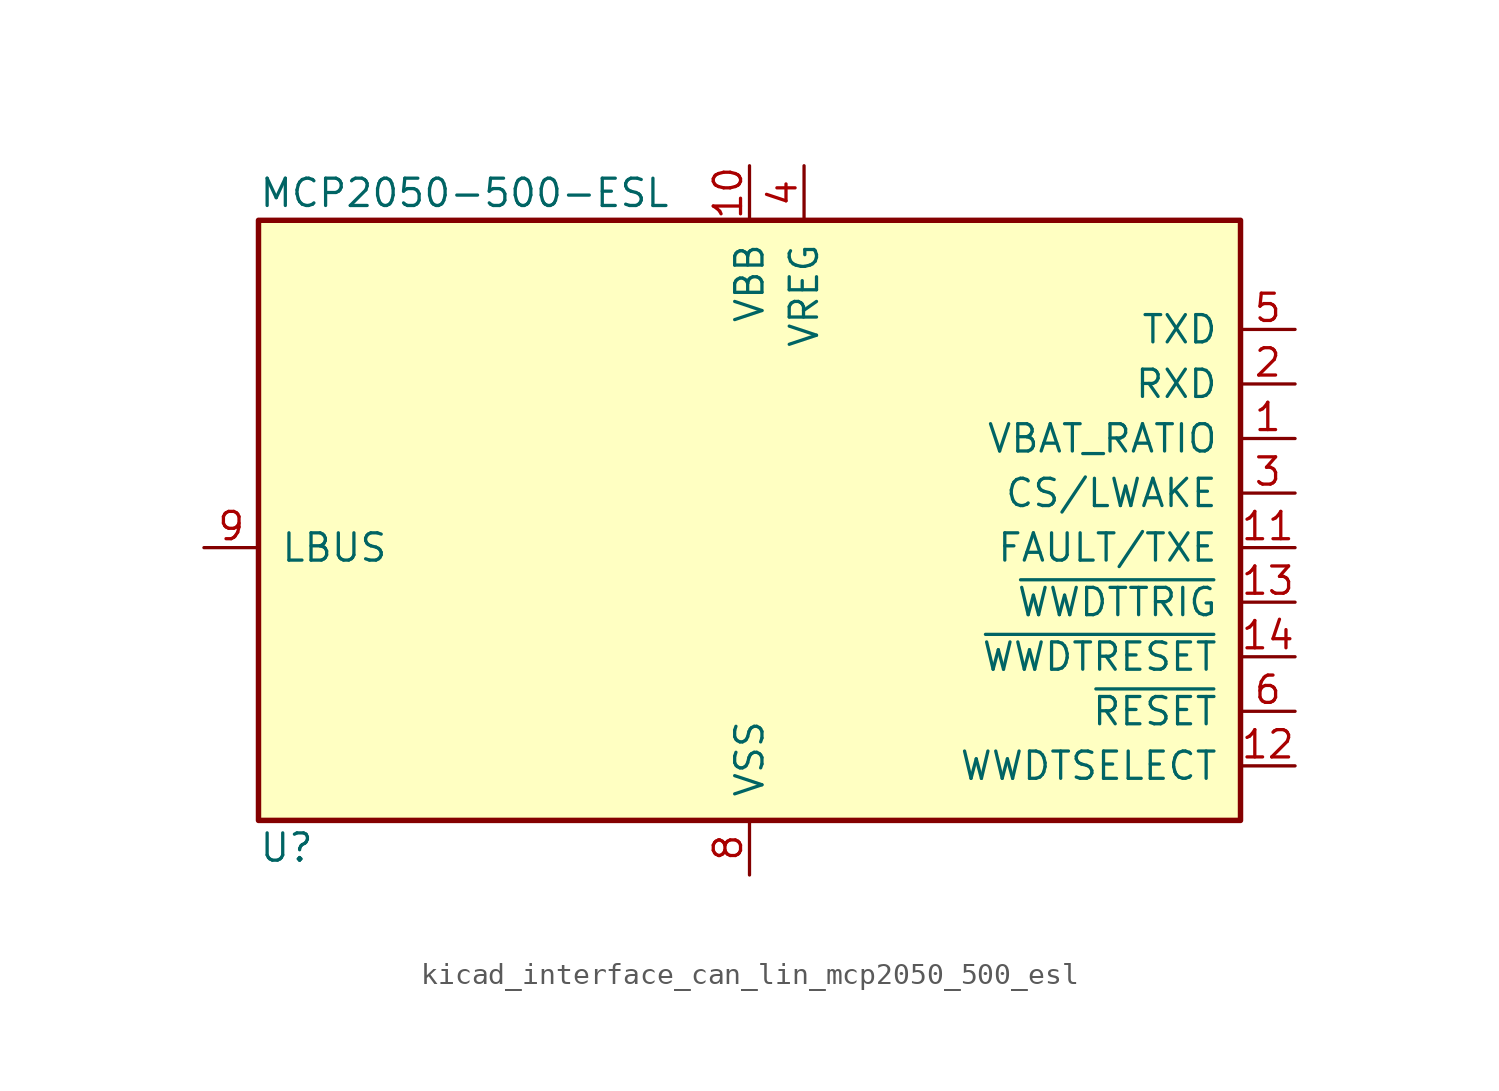
<source format=kicad_sym>
(kicad_symbol_lib
  (version 20220914)
  (generator kicad_symbol_editor)
  (symbol "kicad_interface_can_lin_mcp2050_500_esl"
    (pin_names
      (offset 1.016))
    (property "Reference" "U"
      (at -22.86 -13.97 0)
      (effects (font (size 1.27 1.27)) (justify left)))
    (property "Value" "MCP2050-500-ESL"
      (at -22.86 16.51 0)
      (effects (font (size 1.27 1.27)) (justify left)))
    (symbol "kicad_interface_can_lin_mcp2050_500_esl_0_1"
      (rectangle (start -22.86 15.24) (end 22.86 -12.7) (stroke (width 0.254) (type default)) (fill (type background))))
    (symbol "kicad_interface_can_lin_mcp2050_500_esl_1_1"
      (pin output line (at 25.4 5.08 180) (length 2.54) (name "VBAT_RATIO" (effects (font (size 1.27 1.27)))) (number "1" (effects (font (size 1.27 1.27)))))
      (pin power_in line (at 0 17.78 270) (length 2.54) (name "VBB" (effects (font (size 1.27 1.27)))) (number "10" (effects (font (size 1.27 1.27)))))
      (pin open_collector line (at 25.4 0 180) (length 2.54) (name "FAULT/TXE" (effects (font (size 1.27 1.27)))) (number "11" (effects (font (size 1.27 1.27)))))
      (pin input line (at 25.4 -10.16 180) (length 2.54) (name "WWDTSELECT" (effects (font (size 1.27 1.27)))) (number "12" (effects (font (size 1.27 1.27)))))
      (pin input line (at 25.4 -2.54 180) (length 2.54) (name "~{WWDTTRIG}" (effects (font (size 1.27 1.27)))) (number "13" (effects (font (size 1.27 1.27)))))
      (pin output line (at 25.4 -5.08 180) (length 2.54) (name "~{WWDTRESET}" (effects (font (size 1.27 1.27)))) (number "14" (effects (font (size 1.27 1.27)))))
      (pin output line (at 25.4 7.62 180) (length 2.54) (name "RXD" (effects (font (size 1.27 1.27)))) (number "2" (effects (font (size 1.27 1.27)))))
      (pin input line (at 25.4 2.54 180) (length 2.54) (name "CS/LWAKE" (effects (font (size 1.27 1.27)))) (number "3" (effects (font (size 1.27 1.27)))))
      (pin power_out line (at 2.54 17.78 270) (length 2.54) (name "VREG" (effects (font (size 1.27 1.27)))) (number "4" (effects (font (size 1.27 1.27)))))
      (pin input line (at 25.4 10.16 180) (length 2.54) (name "TXD" (effects (font (size 1.27 1.27)))) (number "5" (effects (font (size 1.27 1.27)))))
      (pin output line (at 25.4 -7.62 180) (length 2.54) (name "~{RESET}" (effects (font (size 1.27 1.27)))) (number "6" (effects (font (size 1.27 1.27)))))
      (pin no_connect line (at -22.86 -7.62 0) (length 2.54) hide (name "NC" (effects (font (size 1.27 1.27)))) (number "7" (effects (font (size 1.27 1.27)))))
      (pin power_in line (at 0 -15.24 90) (length 2.54) (name "VSS" (effects (font (size 1.27 1.27)))) (number "8" (effects (font (size 1.27 1.27)))))
      (pin open_collector line (at -25.4 0 0) (length 2.54) (name "LBUS" (effects (font (size 1.27 1.27)))) (number "9" (effects (font (size 1.27 1.27))))))))
</source>
